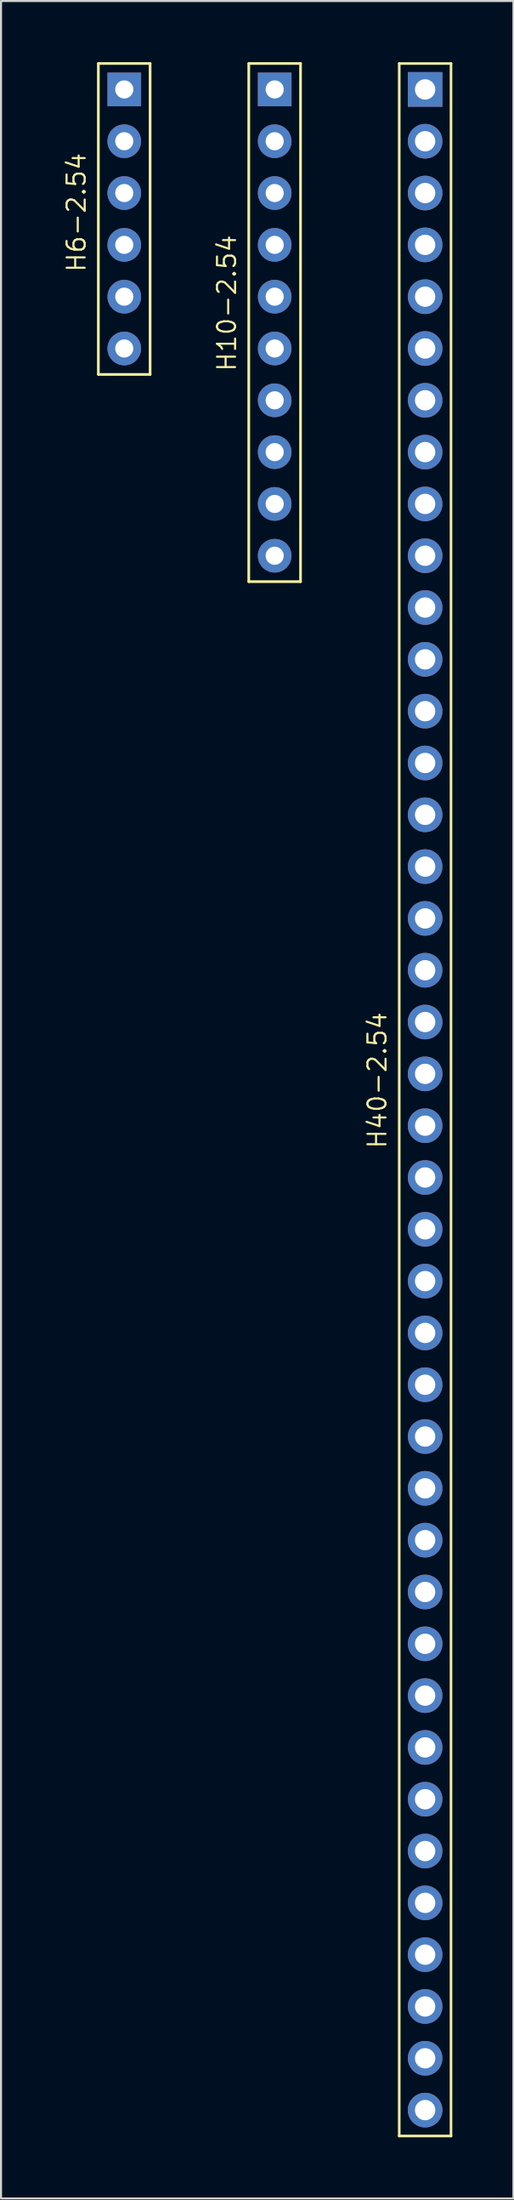
<source format=kicad_pcb>
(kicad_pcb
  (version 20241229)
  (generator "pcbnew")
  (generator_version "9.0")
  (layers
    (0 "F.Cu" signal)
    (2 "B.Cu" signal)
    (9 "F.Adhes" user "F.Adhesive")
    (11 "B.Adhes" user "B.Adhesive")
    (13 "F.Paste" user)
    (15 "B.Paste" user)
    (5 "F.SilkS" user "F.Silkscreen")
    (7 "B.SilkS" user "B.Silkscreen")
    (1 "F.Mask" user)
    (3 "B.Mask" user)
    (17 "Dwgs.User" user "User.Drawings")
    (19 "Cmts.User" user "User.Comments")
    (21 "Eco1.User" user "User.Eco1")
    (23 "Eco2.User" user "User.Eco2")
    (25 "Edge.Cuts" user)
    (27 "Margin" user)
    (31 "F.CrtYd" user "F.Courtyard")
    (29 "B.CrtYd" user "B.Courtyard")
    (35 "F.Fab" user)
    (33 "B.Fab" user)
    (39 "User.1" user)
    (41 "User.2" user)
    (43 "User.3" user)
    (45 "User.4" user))
  (footprint "H6-2.54"
    (layer "F.Cu")
    (at 3.048 7.684)
    (property "Reference" "H6-2.54" (at -2.349 -0.318 90) (layer "F.SilkS") (effects (font (size 0.889 0.889) (thickness 0.102))))
    (attr exclude_from_pos_files exclude_from_bom)
    (fp_line (start -1.27 -7.62) (end 1.27 -7.62) (stroke (width 0.066) (type solid)) (layer "F.SilkS"))
    (fp_line (start -1.27 -7.62) (end 1.27 -7.62) (stroke (width 0.1) (type solid)) (layer "F.SilkS"))
    (fp_line (start -1.27 -7.62) (end 1.27 -7.62) (stroke (width 0.127) (type solid)) (layer "F.SilkS"))
    (fp_line (start -1.27 7.62) (end -1.27 -7.62) (stroke (width 0.066) (type solid)) (layer "F.SilkS"))
    (fp_line (start -1.27 7.62) (end -1.27 -7.62) (stroke (width 0.1) (type solid)) (layer "F.SilkS"))
    (fp_line (start -1.27 7.62) (end -1.27 -7.62) (stroke (width 0.127) (type solid)) (layer "F.SilkS"))
    (fp_line (start -1.27 7.62) (end 1.27 7.62) (stroke (width 0.066) (type solid)) (layer "F.SilkS"))
    (fp_line (start 1.27 -7.62) (end 1.27 7.62) (stroke (width 0.1) (type solid)) (layer "F.SilkS"))
    (fp_line (start 1.27 -7.62) (end 1.27 7.62) (stroke (width 0.127) (type solid)) (layer "F.SilkS"))
    (fp_line (start 1.27 7.62) (end -1.27 7.62) (stroke (width 0.1) (type solid)) (layer "F.SilkS"))
    (fp_line (start 1.27 7.62) (end -1.27 7.62) (stroke (width 0.127) (type solid)) (layer "F.SilkS"))
    (fp_line (start 1.27 7.62) (end 1.27 -7.62) (stroke (width 0.066) (type solid)) (layer "F.SilkS"))
    (pad "1" thru_hole rect (at 0 -6.35) (size 1.651 1.651) (drill 0.889) (layers "*.Cu" "*.Paste" "*.Mask"))
    (pad "2" thru_hole circle (at 0 -3.81) (size 1.651 1.651) (drill 0.889) (layers "*.Cu" "*.Paste" "*.Mask"))
    (pad "3" thru_hole circle (at 0 -1.27) (size 1.651 1.651) (drill 0.889) (layers "*.Cu" "*.Paste" "*.Mask"))
    (pad "4" thru_hole circle (at 0 1.27) (size 1.651 1.651) (drill 0.889) (layers "*.Cu" "*.Paste" "*.Mask"))
    (pad "5" thru_hole circle (at 0 3.81) (size 1.651 1.651) (drill 0.889) (layers "*.Cu" "*.Paste" "*.Mask"))
    (pad "6" thru_hole circle (at 0 6.35) (size 1.651 1.651) (drill 0.889) (layers "*.Cu" "*.Paste" "*.Mask")))
  (footprint "H40-2.54"
    (layer "F.Cu")
    (at 17.811 50.864)
    (property "Reference" "H40-2.54" (at -2.349 -0.953 90) (layer "F.SilkS") (effects (font (size 0.889 0.889) (thickness 0.102))))
    (attr exclude_from_pos_files exclude_from_bom)
    (fp_line (start -1.27 -50.8) (end -1.27 50.8) (stroke (width 0.127) (type solid)) (layer "F.SilkS"))
    (fp_line (start -1.27 -50.8) (end 1.27 -50.8) (stroke (width 0.066) (type solid)) (layer "F.SilkS"))
    (fp_line (start -1.27 -50.8) (end 1.27 -50.8) (stroke (width 0.127) (type solid)) (layer "F.SilkS"))
    (fp_line (start -1.27 50.8) (end -1.27 -50.8) (stroke (width 0.066) (type solid)) (layer "F.SilkS"))
    (fp_line (start -1.27 50.8) (end 1.27 50.8) (stroke (width 0.066) (type solid)) (layer "F.SilkS"))
    (fp_line (start -1.27 50.8) (end 1.27 50.8) (stroke (width 0.127) (type solid)) (layer "F.SilkS"))
    (fp_line (start 1.27 50.8) (end 1.27 -50.8) (stroke (width 0.066) (type solid)) (layer "F.SilkS"))
    (fp_line (start 1.27 50.8) (end 1.27 -50.8) (stroke (width 0.127) (type solid)) (layer "F.SilkS"))
    (pad "1" thru_hole rect (at 0 -49.53) (size 1.699 1.699) (drill 0.998) (layers "*.Cu" "*.Paste" "*.Mask"))
    (pad "2" thru_hole circle (at 0 -46.99) (size 1.699 1.699) (drill 0.998) (layers "*.Cu" "*.Paste" "*.Mask"))
    (pad "3" thru_hole circle (at 0 -44.45) (size 1.699 1.699) (drill 0.998) (layers "*.Cu" "*.Paste" "*.Mask"))
    (pad "4" thru_hole circle (at 0 -41.91) (size 1.699 1.699) (drill 0.998) (layers "*.Cu" "*.Paste" "*.Mask"))
    (pad "5" thru_hole circle (at 0 -39.37) (size 1.699 1.699) (drill 0.998) (layers "*.Cu" "*.Paste" "*.Mask"))
    (pad "6" thru_hole circle (at 0 -36.83) (size 1.699 1.699) (drill 0.998) (layers "*.Cu" "*.Paste" "*.Mask"))
    (pad "7" thru_hole circle (at 0 -34.29) (size 1.699 1.699) (drill 0.998) (layers "*.Cu" "*.Paste" "*.Mask"))
    (pad "8" thru_hole circle (at 0 -31.75) (size 1.699 1.699) (drill 0.998) (layers "*.Cu" "*.Paste" "*.Mask"))
    (pad "9" thru_hole circle (at 0 -29.21) (size 1.699 1.699) (drill 0.998) (layers "*.Cu" "*.Paste" "*.Mask"))
    (pad "10" thru_hole circle (at 0 -26.67) (size 1.699 1.699) (drill 0.998) (layers "*.Cu" "*.Paste" "*.Mask"))
    (pad "11" thru_hole circle (at 0 -24.13) (size 1.699 1.699) (drill 0.998) (layers "*.Cu" "*.Paste" "*.Mask"))
    (pad "12" thru_hole circle (at 0 -21.59) (size 1.699 1.699) (drill 0.998) (layers "*.Cu" "*.Paste" "*.Mask"))
    (pad "13" thru_hole circle (at 0 -19.05) (size 1.699 1.699) (drill 0.998) (layers "*.Cu" "*.Paste" "*.Mask"))
    (pad "14" thru_hole circle (at 0 -16.51) (size 1.699 1.699) (drill 0.998) (layers "*.Cu" "*.Paste" "*.Mask"))
    (pad "15" thru_hole circle (at 0 -13.97) (size 1.699 1.699) (drill 0.998) (layers "*.Cu" "*.Paste" "*.Mask"))
    (pad "16" thru_hole circle (at 0 -11.43) (size 1.699 1.699) (drill 0.998) (layers "*.Cu" "*.Paste" "*.Mask"))
    (pad "17" thru_hole circle (at 0 -8.89) (size 1.699 1.699) (drill 0.998) (layers "*.Cu" "*.Paste" "*.Mask"))
    (pad "18" thru_hole circle (at 0 -6.35) (size 1.699 1.699) (drill 0.998) (layers "*.Cu" "*.Paste" "*.Mask"))
    (pad "19" thru_hole circle (at 0 -3.81) (size 1.699 1.699) (drill 0.998) (layers "*.Cu" "*.Paste" "*.Mask"))
    (pad "20" thru_hole circle (at 0 -1.27) (size 1.699 1.699) (drill 0.998) (layers "*.Cu" "*.Paste" "*.Mask"))
    (pad "21" thru_hole circle (at 0 1.27) (size 1.699 1.699) (drill 0.998) (layers "*.Cu" "*.Paste" "*.Mask"))
    (pad "22" thru_hole circle (at 0 3.81) (size 1.699 1.699) (drill 0.998) (layers "*.Cu" "*.Paste" "*.Mask"))
    (pad "23" thru_hole circle (at 0 6.35) (size 1.699 1.699) (drill 0.998) (layers "*.Cu" "*.Paste" "*.Mask"))
    (pad "24" thru_hole circle (at 0 8.89) (size 1.699 1.699) (drill 0.998) (layers "*.Cu" "*.Paste" "*.Mask"))
    (pad "25" thru_hole circle (at 0 11.43) (size 1.699 1.699) (drill 0.998) (layers "*.Cu" "*.Paste" "*.Mask"))
    (pad "26" thru_hole circle (at 0 13.97) (size 1.699 1.699) (drill 0.998) (layers "*.Cu" "*.Paste" "*.Mask"))
    (pad "27" thru_hole circle (at 0 16.51) (size 1.699 1.699) (drill 0.998) (layers "*.Cu" "*.Paste" "*.Mask"))
    (pad "28" thru_hole circle (at 0 19.05) (size 1.699 1.699) (drill 0.998) (layers "*.Cu" "*.Paste" "*.Mask"))
    (pad "29" thru_hole circle (at 0 21.59) (size 1.699 1.699) (drill 0.998) (layers "*.Cu" "*.Paste" "*.Mask"))
    (pad "30" thru_hole circle (at 0 24.13) (size 1.699 1.699) (drill 0.998) (layers "*.Cu" "*.Paste" "*.Mask"))
    (pad "31" thru_hole circle (at 0 26.67) (size 1.699 1.699) (drill 0.998) (layers "*.Cu" "*.Paste" "*.Mask"))
    (pad "32" thru_hole circle (at 0 29.21) (size 1.699 1.699) (drill 0.998) (layers "*.Cu" "*.Paste" "*.Mask"))
    (pad "33" thru_hole circle (at 0 31.75) (size 1.699 1.699) (drill 0.998) (layers "*.Cu" "*.Paste" "*.Mask"))
    (pad "34" thru_hole circle (at 0 34.29) (size 1.699 1.699) (drill 0.998) (layers "*.Cu" "*.Paste" "*.Mask"))
    (pad "35" thru_hole circle (at 0 36.83) (size 1.699 1.699) (drill 0.998) (layers "*.Cu" "*.Paste" "*.Mask"))
    (pad "36" thru_hole circle (at 0 39.37) (size 1.699 1.699) (drill 0.998) (layers "*.Cu" "*.Paste" "*.Mask"))
    (pad "37" thru_hole circle (at 0 41.91) (size 1.699 1.699) (drill 0.998) (layers "*.Cu" "*.Paste" "*.Mask"))
    (pad "38" thru_hole circle (at 0 44.45) (size 1.699 1.699) (drill 0.998) (layers "*.Cu" "*.Paste" "*.Mask"))
    (pad "39" thru_hole circle (at 0 46.99) (size 1.699 1.699) (drill 0.998) (layers "*.Cu" "*.Paste" "*.Mask"))
    (pad "40" thru_hole circle (at 0 49.53) (size 1.699 1.699) (drill 0.998) (layers "*.Cu" "*.Paste" "*.Mask")))
  (footprint "H10-2.54"
    (layer "F.Cu")
    (at 10.429 12.764)
    (property "Reference" "H10-2.54" (at -2.349 -0.953 90) (layer "F.SilkS") (effects (font (size 0.889 0.889) (thickness 0.102))))
    (attr exclude_from_pos_files exclude_from_bom)
    (fp_line (start -1.27 -12.7) (end 1.27 -12.7) (stroke (width 0.066) (type solid)) (layer "F.SilkS"))
    (fp_line (start -1.27 -12.7) (end 1.27 -12.7) (stroke (width 0.1) (type solid)) (layer "F.SilkS"))
    (fp_line (start -1.27 -12.7) (end 1.27 -12.7) (stroke (width 0.127) (type solid)) (layer "F.SilkS"))
    (fp_line (start -1.27 12.7) (end -1.27 -12.7) (stroke (width 0.066) (type solid)) (layer "F.SilkS"))
    (fp_line (start -1.27 12.7) (end -1.27 -12.7) (stroke (width 0.1) (type solid)) (layer "F.SilkS"))
    (fp_line (start -1.27 12.7) (end -1.27 -12.7) (stroke (width 0.127) (type solid)) (layer "F.SilkS"))
    (fp_line (start -1.27 12.7) (end 1.27 12.7) (stroke (width 0.066) (type solid)) (layer "F.SilkS"))
    (fp_line (start 1.27 -12.7) (end 1.27 12.7) (stroke (width 0.1) (type solid)) (layer "F.SilkS"))
    (fp_line (start 1.27 -12.7) (end 1.27 12.7) (stroke (width 0.127) (type solid)) (layer "F.SilkS"))
    (fp_line (start 1.27 12.7) (end -1.27 12.7) (stroke (width 0.1) (type solid)) (layer "F.SilkS"))
    (fp_line (start 1.27 12.7) (end -1.27 12.7) (stroke (width 0.127) (type solid)) (layer "F.SilkS"))
    (fp_line (start 1.27 12.7) (end 1.27 -12.7) (stroke (width 0.066) (type solid)) (layer "F.SilkS"))
    (pad "1" thru_hole rect (at 0 -11.43) (size 1.651 1.651) (drill 0.889) (layers "*.Cu" "*.Paste" "*.Mask"))
    (pad "2" thru_hole circle (at 0 -8.89) (size 1.651 1.651) (drill 0.889) (layers "*.Cu" "*.Paste" "*.Mask"))
    (pad "3" thru_hole circle (at 0 -6.35) (size 1.651 1.651) (drill 0.889) (layers "*.Cu" "*.Paste" "*.Mask"))
    (pad "4" thru_hole circle (at 0 -3.81) (size 1.651 1.651) (drill 0.889) (layers "*.Cu" "*.Paste" "*.Mask"))
    (pad "5" thru_hole circle (at 0 -1.27) (size 1.651 1.651) (drill 0.889) (layers "*.Cu" "*.Paste" "*.Mask"))
    (pad "6" thru_hole circle (at 0 1.27) (size 1.651 1.651) (drill 0.889) (layers "*.Cu" "*.Paste" "*.Mask"))
    (pad "7" thru_hole circle (at 0 3.81) (size 1.651 1.651) (drill 0.889) (layers "*.Cu" "*.Paste" "*.Mask"))
    (pad "8" thru_hole circle (at 0 6.35) (size 1.651 1.651) (drill 0.889) (layers "*.Cu" "*.Paste" "*.Mask"))
    (pad "9" thru_hole circle (at 0 8.89) (size 1.651 1.651) (drill 0.889) (layers "*.Cu" "*.Paste" "*.Mask"))
    (pad "10" thru_hole circle (at 0 11.43) (size 1.651 1.651) (drill 0.889) (layers "*.Cu" "*.Paste" "*.Mask")))
  (gr_rect
    (start -3 -3)
    (end 22.144 104.727)
    (stroke (width 0.1) (type default))
    (fill no)
    (layer "Edge.Cuts")))
</source>
